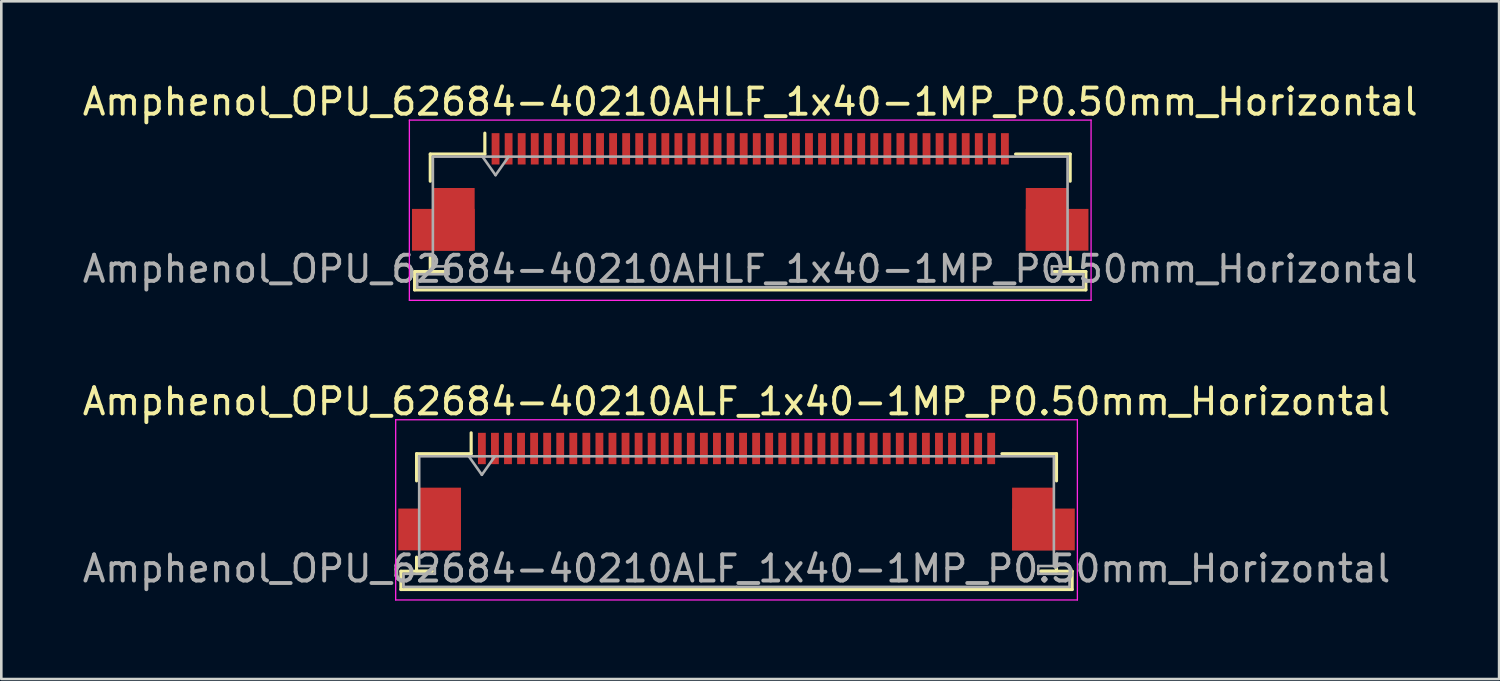
<source format=kicad_pcb>
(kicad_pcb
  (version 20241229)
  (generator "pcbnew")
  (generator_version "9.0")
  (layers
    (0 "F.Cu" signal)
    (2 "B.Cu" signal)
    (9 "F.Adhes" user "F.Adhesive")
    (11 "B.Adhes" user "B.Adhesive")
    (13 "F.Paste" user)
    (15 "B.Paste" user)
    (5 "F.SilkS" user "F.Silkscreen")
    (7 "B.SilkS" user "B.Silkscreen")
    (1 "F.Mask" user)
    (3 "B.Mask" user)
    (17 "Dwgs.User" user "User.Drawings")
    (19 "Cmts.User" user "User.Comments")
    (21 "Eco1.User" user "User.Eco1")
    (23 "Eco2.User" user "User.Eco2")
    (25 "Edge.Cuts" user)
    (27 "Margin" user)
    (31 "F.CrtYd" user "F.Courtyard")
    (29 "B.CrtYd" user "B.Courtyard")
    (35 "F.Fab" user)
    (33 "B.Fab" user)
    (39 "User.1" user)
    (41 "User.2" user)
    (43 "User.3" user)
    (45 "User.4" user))
  (footprint "Amphenol_OPU_62684-40210ALF_1x40-1MP_P0.50mm_Horizontal"
    (layer "F.Cu")
    (at 25.149 15.771)
    (property "Reference" "Amphenol_OPU_62684-40210ALF_1x40-1MP_P0.50mm_Horizontal" (at 0 -3.45 0) (layer "F.SilkS") (effects (font (size 1 1) (thickness 0.15))))
    (attr smd)
    (fp_line (start -12.85 3.05) (end -12.85 3.75) (stroke (width 0.12) (type solid)) (layer "F.SilkS"))
    (fp_line (start -12.85 3.75) (end 12.85 3.75) (stroke (width 0.12) (type solid)) (layer "F.SilkS"))
    (fp_line (start -12.25 -1.45) (end -12.25 -0.41) (stroke (width 0.12) (type solid)) (layer "F.SilkS"))
    (fp_line (start -12.25 2.51) (end -12.25 3.05) (stroke (width 0.12) (type solid)) (layer "F.SilkS"))
    (fp_line (start -12.25 3.05) (end -11.65 3.05) (stroke (width 0.12) (type solid)) (layer "F.SilkS"))
    (fp_line (start -11.65 3.05) (end -12.85 3.05) (stroke (width 0.12) (type solid)) (layer "F.SilkS"))
    (fp_line (start -10.16 -1.45) (end -12.25 -1.45) (stroke (width 0.12) (type solid)) (layer "F.SilkS"))
    (fp_line (start -10.16 -1.45) (end -10.16 -2.25) (stroke (width 0.12) (type solid)) (layer "F.SilkS"))
    (fp_line (start 10.16 -1.45) (end 12.25 -1.45) (stroke (width 0.12) (type solid)) (layer "F.SilkS"))
    (fp_line (start 11.65 3.05) (end 12.25 3.05) (stroke (width 0.12) (type solid)) (layer "F.SilkS"))
    (fp_line (start 12.25 -1.45) (end 12.25 -0.41) (stroke (width 0.12) (type solid)) (layer "F.SilkS"))
    (fp_line (start 12.25 3.05) (end 12.25 2.51) (stroke (width 0.12) (type solid)) (layer "F.SilkS"))
    (fp_line (start 12.85 3.05) (end 11.65 3.05) (stroke (width 0.12) (type solid)) (layer "F.SilkS"))
    (fp_line (start 12.85 3.75) (end 12.85 3.05) (stroke (width 0.12) (type solid)) (layer "F.SilkS"))
    (fp_line (start -13.05 -2.75) (end -13.05 4.15) (stroke (width 0.05) (type solid)) (layer "F.CrtYd"))
    (fp_line (start -13.05 4.15) (end 13.05 4.15) (stroke (width 0.05) (type solid)) (layer "F.CrtYd"))
    (fp_line (start 13.05 -2.75) (end -13.05 -2.75) (stroke (width 0.05) (type solid)) (layer "F.CrtYd"))
    (fp_line (start 13.05 4.15) (end 13.05 -2.75) (stroke (width 0.05) (type solid)) (layer "F.CrtYd"))
    (fp_line (start -12.75 3.15) (end -12.75 3.65) (stroke (width 0.1) (type solid)) (layer "F.Fab"))
    (fp_line (start -12.75 3.65) (end 0 3.65) (stroke (width 0.1) (type solid)) (layer "F.Fab"))
    (fp_line (start -12.15 -1.35) (end -12.15 2.85) (stroke (width 0.1) (type solid)) (layer "F.Fab"))
    (fp_line (start -12.15 2.85) (end -11.55 2.85) (stroke (width 0.1) (type solid)) (layer "F.Fab"))
    (fp_line (start -11.55 2.85) (end -11.55 3.15) (stroke (width 0.1) (type solid)) (layer "F.Fab"))
    (fp_line (start -11.55 3.15) (end -12.75 3.15) (stroke (width 0.1) (type solid)) (layer "F.Fab"))
    (fp_line (start -10.25 -1.35) (end -9.75 -0.643) (stroke (width 0.1) (type solid)) (layer "F.Fab"))
    (fp_line (start -9.75 -0.643) (end -9.25 -1.35) (stroke (width 0.1) (type solid)) (layer "F.Fab"))
    (fp_line (start 0 -1.35) (end -12.15 -1.35) (stroke (width 0.1) (type solid)) (layer "F.Fab"))
    (fp_line (start 0 -1.35) (end 12.15 -1.35) (stroke (width 0.1) (type solid)) (layer "F.Fab"))
    (fp_line (start 11.55 2.85) (end 11.55 3.15) (stroke (width 0.1) (type solid)) (layer "F.Fab"))
    (fp_line (start 11.55 3.15) (end 12.75 3.15) (stroke (width 0.1) (type solid)) (layer "F.Fab"))
    (fp_line (start 12.15 -1.35) (end 12.15 2.85) (stroke (width 0.1) (type solid)) (layer "F.Fab"))
    (fp_line (start 12.15 2.85) (end 11.55 2.85) (stroke (width 0.1) (type solid)) (layer "F.Fab"))
    (fp_line (start 12.75 3.15) (end 12.75 3.65) (stroke (width 0.1) (type solid)) (layer "F.Fab"))
    (fp_line (start 12.75 3.65) (end 0 3.65) (stroke (width 0.1) (type solid)) (layer "F.Fab"))
    (fp_text user "${REFERENCE}" (at 0 2.95 0) (layer "F.Fab") (effects (font (size 1 1) (thickness 0.15))))
    (pad "1" smd rect (at -9.75 -1.65) (size 0.3 1.2) (layers "F.Cu" "F.Mask" "F.Paste"))
    (pad "2" smd rect (at -9.25 -1.65) (size 0.3 1.2) (layers "F.Cu" "F.Mask" "F.Paste"))
    (pad "3" smd rect (at -8.75 -1.65) (size 0.3 1.2) (layers "F.Cu" "F.Mask" "F.Paste"))
    (pad "4" smd rect (at -8.25 -1.65) (size 0.3 1.2) (layers "F.Cu" "F.Mask" "F.Paste"))
    (pad "5" smd rect (at -7.75 -1.65) (size 0.3 1.2) (layers "F.Cu" "F.Mask" "F.Paste"))
    (pad "6" smd rect (at -7.25 -1.65) (size 0.3 1.2) (layers "F.Cu" "F.Mask" "F.Paste"))
    (pad "7" smd rect (at -6.75 -1.65) (size 0.3 1.2) (layers "F.Cu" "F.Mask" "F.Paste"))
    (pad "8" smd rect (at -6.25 -1.65) (size 0.3 1.2) (layers "F.Cu" "F.Mask" "F.Paste"))
    (pad "9" smd rect (at -5.75 -1.65) (size 0.3 1.2) (layers "F.Cu" "F.Mask" "F.Paste"))
    (pad "10" smd rect (at -5.25 -1.65) (size 0.3 1.2) (layers "F.Cu" "F.Mask" "F.Paste"))
    (pad "11" smd rect (at -4.75 -1.65) (size 0.3 1.2) (layers "F.Cu" "F.Mask" "F.Paste"))
    (pad "12" smd rect (at -4.25 -1.65) (size 0.3 1.2) (layers "F.Cu" "F.Mask" "F.Paste"))
    (pad "13" smd rect (at -3.75 -1.65) (size 0.3 1.2) (layers "F.Cu" "F.Mask" "F.Paste"))
    (pad "14" smd rect (at -3.25 -1.65) (size 0.3 1.2) (layers "F.Cu" "F.Mask" "F.Paste"))
    (pad "15" smd rect (at -2.75 -1.65) (size 0.3 1.2) (layers "F.Cu" "F.Mask" "F.Paste"))
    (pad "16" smd rect (at -2.25 -1.65) (size 0.3 1.2) (layers "F.Cu" "F.Mask" "F.Paste"))
    (pad "17" smd rect (at -1.75 -1.65) (size 0.3 1.2) (layers "F.Cu" "F.Mask" "F.Paste"))
    (pad "18" smd rect (at -1.25 -1.65) (size 0.3 1.2) (layers "F.Cu" "F.Mask" "F.Paste"))
    (pad "19" smd rect (at -0.75 -1.65) (size 0.3 1.2) (layers "F.Cu" "F.Mask" "F.Paste"))
    (pad "20" smd rect (at -0.25 -1.65) (size 0.3 1.2) (layers "F.Cu" "F.Mask" "F.Paste"))
    (pad "21" smd rect (at 0.25 -1.65) (size 0.3 1.2) (layers "F.Cu" "F.Mask" "F.Paste"))
    (pad "22" smd rect (at 0.75 -1.65) (size 0.3 1.2) (layers "F.Cu" "F.Mask" "F.Paste"))
    (pad "23" smd rect (at 1.25 -1.65) (size 0.3 1.2) (layers "F.Cu" "F.Mask" "F.Paste"))
    (pad "24" smd rect (at 1.75 -1.65) (size 0.3 1.2) (layers "F.Cu" "F.Mask" "F.Paste"))
    (pad "25" smd rect (at 2.25 -1.65) (size 0.3 1.2) (layers "F.Cu" "F.Mask" "F.Paste"))
    (pad "26" smd rect (at 2.75 -1.65) (size 0.3 1.2) (layers "F.Cu" "F.Mask" "F.Paste"))
    (pad "27" smd rect (at 3.25 -1.65) (size 0.3 1.2) (layers "F.Cu" "F.Mask" "F.Paste"))
    (pad "28" smd rect (at 3.75 -1.65) (size 0.3 1.2) (layers "F.Cu" "F.Mask" "F.Paste"))
    (pad "29" smd rect (at 4.25 -1.65) (size 0.3 1.2) (layers "F.Cu" "F.Mask" "F.Paste"))
    (pad "30" smd rect (at 4.75 -1.65) (size 0.3 1.2) (layers "F.Cu" "F.Mask" "F.Paste"))
    (pad "31" smd rect (at 5.25 -1.65) (size 0.3 1.2) (layers "F.Cu" "F.Mask" "F.Paste"))
    (pad "32" smd rect (at 5.75 -1.65) (size 0.3 1.2) (layers "F.Cu" "F.Mask" "F.Paste"))
    (pad "33" smd rect (at 6.25 -1.65) (size 0.3 1.2) (layers "F.Cu" "F.Mask" "F.Paste"))
    (pad "34" smd rect (at 6.75 -1.65) (size 0.3 1.2) (layers "F.Cu" "F.Mask" "F.Paste"))
    (pad "35" smd rect (at 7.25 -1.65) (size 0.3 1.2) (layers "F.Cu" "F.Mask" "F.Paste"))
    (pad "36" smd rect (at 7.75 -1.65) (size 0.3 1.2) (layers "F.Cu" "F.Mask" "F.Paste"))
    (pad "37" smd rect (at 8.25 -1.65) (size 0.3 1.2) (layers "F.Cu" "F.Mask" "F.Paste"))
    (pad "38" smd rect (at 8.75 -1.65) (size 0.3 1.2) (layers "F.Cu" "F.Mask" "F.Paste"))
    (pad "39" smd rect (at 9.25 -1.65) (size 0.3 1.2) (layers "F.Cu" "F.Mask" "F.Paste"))
    (pad "40" smd rect (at 9.75 -1.65) (size 0.3 1.2) (layers "F.Cu" "F.Mask" "F.Paste"))
    (pad "MP" smd rect (at -11.75 1.45) (size 2.4 1.6) (layers "F.Cu" "F.Mask" "F.Paste"))
    (pad "MP" smd rect (at -11.35 1.05) (size 1.6 2.4) (layers "F.Cu" "F.Mask" "F.Paste"))
    (pad "MP" smd rect (at 11.35 1.05) (size 1.6 2.4) (layers "F.Cu" "F.Mask" "F.Paste"))
    (pad "MP" smd rect (at 11.75 1.45) (size 2.4 1.6) (layers "F.Cu" "F.Mask" "F.Paste")))
  (footprint "Amphenol_OPU_62684-40210AHLF_1x40-1MP_P0.50mm_Horizontal"
    (layer "F.Cu")
    (at 25.673 4.298)
    (property "Reference" "Amphenol_OPU_62684-40210AHLF_1x40-1MP_P0.50mm_Horizontal" (at 0 -3.45 0) (layer "F.SilkS") (effects (font (size 1 1) (thickness 0.15))))
    (attr smd)
    (fp_line (start -12.85 3.05) (end -12.85 3.75) (stroke (width 0.12) (type solid)) (layer "F.SilkS"))
    (fp_line (start -12.85 3.75) (end 12.85 3.75) (stroke (width 0.12) (type solid)) (layer "F.SilkS"))
    (fp_line (start -12.25 -1.45) (end -12.25 -0.41) (stroke (width 0.12) (type solid)) (layer "F.SilkS"))
    (fp_line (start -12.25 2.51) (end -12.25 3.05) (stroke (width 0.12) (type solid)) (layer "F.SilkS"))
    (fp_line (start -12.25 3.05) (end -11.65 3.05) (stroke (width 0.12) (type solid)) (layer "F.SilkS"))
    (fp_line (start -11.65 3.05) (end -12.85 3.05) (stroke (width 0.12) (type solid)) (layer "F.SilkS"))
    (fp_line (start -10.16 -1.45) (end -12.25 -1.45) (stroke (width 0.12) (type solid)) (layer "F.SilkS"))
    (fp_line (start -10.16 -1.45) (end -10.16 -2.25) (stroke (width 0.12) (type solid)) (layer "F.SilkS"))
    (fp_line (start 10.16 -1.45) (end 12.25 -1.45) (stroke (width 0.12) (type solid)) (layer "F.SilkS"))
    (fp_line (start 11.65 3.05) (end 12.25 3.05) (stroke (width 0.12) (type solid)) (layer "F.SilkS"))
    (fp_line (start 12.25 -1.45) (end 12.25 -0.41) (stroke (width 0.12) (type solid)) (layer "F.SilkS"))
    (fp_line (start 12.25 3.05) (end 12.25 2.51) (stroke (width 0.12) (type solid)) (layer "F.SilkS"))
    (fp_line (start 12.85 3.05) (end 11.65 3.05) (stroke (width 0.12) (type solid)) (layer "F.SilkS"))
    (fp_line (start 12.85 3.75) (end 12.85 3.05) (stroke (width 0.12) (type solid)) (layer "F.SilkS"))
    (fp_line (start -13.05 -2.75) (end -13.05 4.15) (stroke (width 0.05) (type solid)) (layer "F.CrtYd"))
    (fp_line (start -13.05 4.15) (end 13.05 4.15) (stroke (width 0.05) (type solid)) (layer "F.CrtYd"))
    (fp_line (start 13.05 -2.75) (end -13.05 -2.75) (stroke (width 0.05) (type solid)) (layer "F.CrtYd"))
    (fp_line (start 13.05 4.15) (end 13.05 -2.75) (stroke (width 0.05) (type solid)) (layer "F.CrtYd"))
    (fp_line (start -12.75 3.15) (end -12.75 3.65) (stroke (width 0.1) (type solid)) (layer "F.Fab"))
    (fp_line (start -12.75 3.65) (end 0 3.65) (stroke (width 0.1) (type solid)) (layer "F.Fab"))
    (fp_line (start -12.15 -1.35) (end -12.15 2.85) (stroke (width 0.1) (type solid)) (layer "F.Fab"))
    (fp_line (start -12.15 2.85) (end -11.55 2.85) (stroke (width 0.1) (type solid)) (layer "F.Fab"))
    (fp_line (start -11.55 2.85) (end -11.55 3.15) (stroke (width 0.1) (type solid)) (layer "F.Fab"))
    (fp_line (start -11.55 3.15) (end -12.75 3.15) (stroke (width 0.1) (type solid)) (layer "F.Fab"))
    (fp_line (start -10.25 -1.35) (end -9.75 -0.643) (stroke (width 0.1) (type solid)) (layer "F.Fab"))
    (fp_line (start -9.75 -0.643) (end -9.25 -1.35) (stroke (width 0.1) (type solid)) (layer "F.Fab"))
    (fp_line (start 0 -1.35) (end -12.15 -1.35) (stroke (width 0.1) (type solid)) (layer "F.Fab"))
    (fp_line (start 0 -1.35) (end 12.15 -1.35) (stroke (width 0.1) (type solid)) (layer "F.Fab"))
    (fp_line (start 11.55 2.85) (end 11.55 3.15) (stroke (width 0.1) (type solid)) (layer "F.Fab"))
    (fp_line (start 11.55 3.15) (end 12.75 3.15) (stroke (width 0.1) (type solid)) (layer "F.Fab"))
    (fp_line (start 12.15 -1.35) (end 12.15 2.85) (stroke (width 0.1) (type solid)) (layer "F.Fab"))
    (fp_line (start 12.15 2.85) (end 11.55 2.85) (stroke (width 0.1) (type solid)) (layer "F.Fab"))
    (fp_line (start 12.75 3.15) (end 12.75 3.65) (stroke (width 0.1) (type solid)) (layer "F.Fab"))
    (fp_line (start 12.75 3.65) (end 0 3.65) (stroke (width 0.1) (type solid)) (layer "F.Fab"))
    (fp_text user "${REFERENCE}" (at 0 2.95 0) (layer "F.Fab") (effects (font (size 1 1) (thickness 0.15))))
    (pad "1" smd rect (at -9.75 -1.65) (size 0.3 1.2) (layers "F.Cu" "F.Mask" "F.Paste"))
    (pad "2" smd rect (at -9.25 -1.65) (size 0.3 1.2) (layers "F.Cu" "F.Mask" "F.Paste"))
    (pad "3" smd rect (at -8.75 -1.65) (size 0.3 1.2) (layers "F.Cu" "F.Mask" "F.Paste"))
    (pad "4" smd rect (at -8.25 -1.65) (size 0.3 1.2) (layers "F.Cu" "F.Mask" "F.Paste"))
    (pad "5" smd rect (at -7.75 -1.65) (size 0.3 1.2) (layers "F.Cu" "F.Mask" "F.Paste"))
    (pad "6" smd rect (at -7.25 -1.65) (size 0.3 1.2) (layers "F.Cu" "F.Mask" "F.Paste"))
    (pad "7" smd rect (at -6.75 -1.65) (size 0.3 1.2) (layers "F.Cu" "F.Mask" "F.Paste"))
    (pad "8" smd rect (at -6.25 -1.65) (size 0.3 1.2) (layers "F.Cu" "F.Mask" "F.Paste"))
    (pad "9" smd rect (at -5.75 -1.65) (size 0.3 1.2) (layers "F.Cu" "F.Mask" "F.Paste"))
    (pad "10" smd rect (at -5.25 -1.65) (size 0.3 1.2) (layers "F.Cu" "F.Mask" "F.Paste"))
    (pad "11" smd rect (at -4.75 -1.65) (size 0.3 1.2) (layers "F.Cu" "F.Mask" "F.Paste"))
    (pad "12" smd rect (at -4.25 -1.65) (size 0.3 1.2) (layers "F.Cu" "F.Mask" "F.Paste"))
    (pad "13" smd rect (at -3.75 -1.65) (size 0.3 1.2) (layers "F.Cu" "F.Mask" "F.Paste"))
    (pad "14" smd rect (at -3.25 -1.65) (size 0.3 1.2) (layers "F.Cu" "F.Mask" "F.Paste"))
    (pad "15" smd rect (at -2.75 -1.65) (size 0.3 1.2) (layers "F.Cu" "F.Mask" "F.Paste"))
    (pad "16" smd rect (at -2.25 -1.65) (size 0.3 1.2) (layers "F.Cu" "F.Mask" "F.Paste"))
    (pad "17" smd rect (at -1.75 -1.65) (size 0.3 1.2) (layers "F.Cu" "F.Mask" "F.Paste"))
    (pad "18" smd rect (at -1.25 -1.65) (size 0.3 1.2) (layers "F.Cu" "F.Mask" "F.Paste"))
    (pad "19" smd rect (at -0.75 -1.65) (size 0.3 1.2) (layers "F.Cu" "F.Mask" "F.Paste"))
    (pad "20" smd rect (at -0.25 -1.65) (size 0.3 1.2) (layers "F.Cu" "F.Mask" "F.Paste"))
    (pad "21" smd rect (at 0.25 -1.65) (size 0.3 1.2) (layers "F.Cu" "F.Mask" "F.Paste"))
    (pad "22" smd rect (at 0.75 -1.65) (size 0.3 1.2) (layers "F.Cu" "F.Mask" "F.Paste"))
    (pad "23" smd rect (at 1.25 -1.65) (size 0.3 1.2) (layers "F.Cu" "F.Mask" "F.Paste"))
    (pad "24" smd rect (at 1.75 -1.65) (size 0.3 1.2) (layers "F.Cu" "F.Mask" "F.Paste"))
    (pad "25" smd rect (at 2.25 -1.65) (size 0.3 1.2) (layers "F.Cu" "F.Mask" "F.Paste"))
    (pad "26" smd rect (at 2.75 -1.65) (size 0.3 1.2) (layers "F.Cu" "F.Mask" "F.Paste"))
    (pad "27" smd rect (at 3.25 -1.65) (size 0.3 1.2) (layers "F.Cu" "F.Mask" "F.Paste"))
    (pad "28" smd rect (at 3.75 -1.65) (size 0.3 1.2) (layers "F.Cu" "F.Mask" "F.Paste"))
    (pad "29" smd rect (at 4.25 -1.65) (size 0.3 1.2) (layers "F.Cu" "F.Mask" "F.Paste"))
    (pad "30" smd rect (at 4.75 -1.65) (size 0.3 1.2) (layers "F.Cu" "F.Mask" "F.Paste"))
    (pad "31" smd rect (at 5.25 -1.65) (size 0.3 1.2) (layers "F.Cu" "F.Mask" "F.Paste"))
    (pad "32" smd rect (at 5.75 -1.65) (size 0.3 1.2) (layers "F.Cu" "F.Mask" "F.Paste"))
    (pad "33" smd rect (at 6.25 -1.65) (size 0.3 1.2) (layers "F.Cu" "F.Mask" "F.Paste"))
    (pad "34" smd rect (at 6.75 -1.65) (size 0.3 1.2) (layers "F.Cu" "F.Mask" "F.Paste"))
    (pad "35" smd rect (at 7.25 -1.65) (size 0.3 1.2) (layers "F.Cu" "F.Mask" "F.Paste"))
    (pad "36" smd rect (at 7.75 -1.65) (size 0.3 1.2) (layers "F.Cu" "F.Mask" "F.Paste"))
    (pad "37" smd rect (at 8.25 -1.65) (size 0.3 1.2) (layers "F.Cu" "F.Mask" "F.Paste"))
    (pad "38" smd rect (at 8.75 -1.65) (size 0.3 1.2) (layers "F.Cu" "F.Mask" "F.Paste"))
    (pad "39" smd rect (at 9.25 -1.65) (size 0.3 1.2) (layers "F.Cu" "F.Mask" "F.Paste"))
    (pad "40" smd rect (at 9.75 -1.65) (size 0.3 1.2) (layers "F.Cu" "F.Mask" "F.Paste"))
    (pad "MP" smd rect (at -11.75 1.45) (size 2.4 1.6) (layers "F.Cu" "F.Mask" "F.Paste"))
    (pad "MP" smd rect (at -11.35 1.05) (size 1.6 2.4) (layers "F.Cu" "F.Mask" "F.Paste"))
    (pad "MP" smd rect (at 11.35 1.05) (size 1.6 2.4) (layers "F.Cu" "F.Mask" "F.Paste"))
    (pad "MP" smd rect (at 11.75 1.45) (size 2.4 1.6) (layers "F.Cu" "F.Mask" "F.Paste")))
  (gr_rect
    (start -3 -3)
    (end 54.345 22.947)
    (stroke (width 0.1) (type default))
    (fill no)
    (layer "Edge.Cuts")))
</source>
